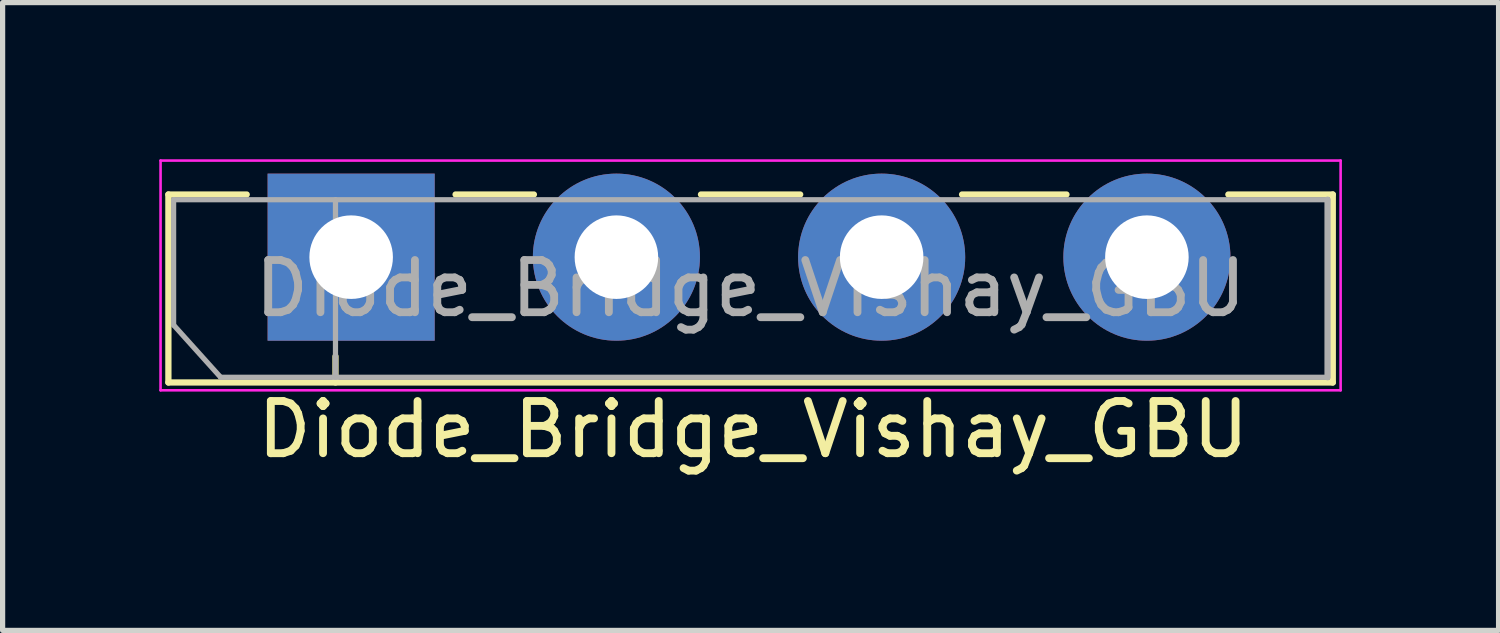
<source format=kicad_pcb>
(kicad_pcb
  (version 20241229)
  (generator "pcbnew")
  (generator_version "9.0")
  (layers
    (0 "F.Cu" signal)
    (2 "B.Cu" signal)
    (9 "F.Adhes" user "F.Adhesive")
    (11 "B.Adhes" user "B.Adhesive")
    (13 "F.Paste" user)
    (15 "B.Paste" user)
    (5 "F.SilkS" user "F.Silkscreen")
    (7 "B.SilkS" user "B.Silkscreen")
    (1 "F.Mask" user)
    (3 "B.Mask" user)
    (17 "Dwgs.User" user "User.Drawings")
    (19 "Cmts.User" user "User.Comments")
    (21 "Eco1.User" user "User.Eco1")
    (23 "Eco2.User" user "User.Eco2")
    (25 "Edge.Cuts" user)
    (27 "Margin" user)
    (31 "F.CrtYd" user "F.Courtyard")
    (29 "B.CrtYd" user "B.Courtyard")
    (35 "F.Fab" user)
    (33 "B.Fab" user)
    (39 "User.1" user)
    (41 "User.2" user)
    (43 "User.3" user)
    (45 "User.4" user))
  (footprint "Diode_Bridge_Vishay_GBU"
    (layer "F.Cu")
    (at 3.675 1.875)
    (property "Reference" "Diode_Bridge_Vishay_GBU" (at 7.7 3.3 180) (layer "F.SilkS") (effects (font (size 1 1) (thickness 0.15))))
    (attr through_hole)
    (fp_line (start -3.5 -1.2) (end -2 -1.2) (stroke (width 0.12) (type solid)) (layer "F.SilkS"))
    (fp_line (start -3.5 2.4) (end -3.5 -1.2) (stroke (width 0.12) (type solid)) (layer "F.SilkS"))
    (fp_line (start -0.3 2.4) (end -0.3 1.9) (stroke (width 0.12) (type solid)) (layer "F.SilkS"))
    (fp_line (start 2 -1.2) (end 3.5 -1.2) (stroke (width 0.12) (type solid)) (layer "F.SilkS"))
    (fp_line (start 6.7 -1.2) (end 8.6 -1.2) (stroke (width 0.12) (type solid)) (layer "F.SilkS"))
    (fp_line (start 11.7 -1.2) (end 13.7 -1.2) (stroke (width 0.12) (type solid)) (layer "F.SilkS"))
    (fp_line (start 16.8 -1.2) (end 18.8 -1.2) (stroke (width 0.12) (type solid)) (layer "F.SilkS"))
    (fp_line (start 18.8 -1.2) (end 18.8 2.4) (stroke (width 0.12) (type solid)) (layer "F.SilkS"))
    (fp_line (start 18.8 2.4) (end -3.5 2.4) (stroke (width 0.12) (type solid)) (layer "F.SilkS"))
    (fp_line (start -3.65 2.55) (end -3.65 -1.85) (stroke (width 0.05) (type solid)) (layer "F.CrtYd"))
    (fp_line (start -3.65 2.55) (end 18.95 2.55) (stroke (width 0.05) (type solid)) (layer "F.CrtYd"))
    (fp_line (start 18.95 -1.85) (end -3.65 -1.85) (stroke (width 0.05) (type solid)) (layer "F.CrtYd"))
    (fp_line (start 18.95 -1.85) (end 18.95 2.55) (stroke (width 0.05) (type solid)) (layer "F.CrtYd"))
    (fp_line (start -3.4 -1.1) (end 18.7 -1.1) (stroke (width 0.1) (type solid)) (layer "F.Fab"))
    (fp_line (start -3.4 1.3) (end -3.4 -1.1) (stroke (width 0.1) (type solid)) (layer "F.Fab"))
    (fp_line (start -2.5 2.3) (end -3.4 1.3) (stroke (width 0.1) (type solid)) (layer "F.Fab"))
    (fp_line (start -0.3 2.3) (end -0.3 -1.1) (stroke (width 0.1) (type solid)) (layer "F.Fab"))
    (fp_line (start 18.7 -1.1) (end 18.7 2.3) (stroke (width 0.12) (type solid)) (layer "F.Fab"))
    (fp_line (start 18.7 2.3) (end -2.5 2.3) (stroke (width 0.1) (type solid)) (layer "F.Fab"))
    (fp_text user "${REFERENCE}" (at 7.65 0.6 180) (layer "F.Fab") (effects (font (size 1 1) (thickness 0.15))))
    (pad "1" thru_hole rect (at 0 0) (size 3.2 3.2) (drill 1.6) (layers "*.Cu" "*.Mask"))
    (pad "2" thru_hole circle (at 5.08 0) (size 3.2 3.2) (drill 1.6) (layers "*.Cu" "*.Mask"))
    (pad "3" thru_hole circle (at 10.16 0) (size 3.2 3.2) (drill 1.6) (layers "*.Cu" "*.Mask"))
    (pad "4" thru_hole circle (at 15.24 0) (size 3.2 3.2) (drill 1.6) (layers "*.Cu" "*.Mask")))
  (gr_rect
    (start -3 -3)
    (end 25.65 9.023)
    (stroke (width 0.1) (type default))
    (fill no)
    (layer "Edge.Cuts")))
</source>
